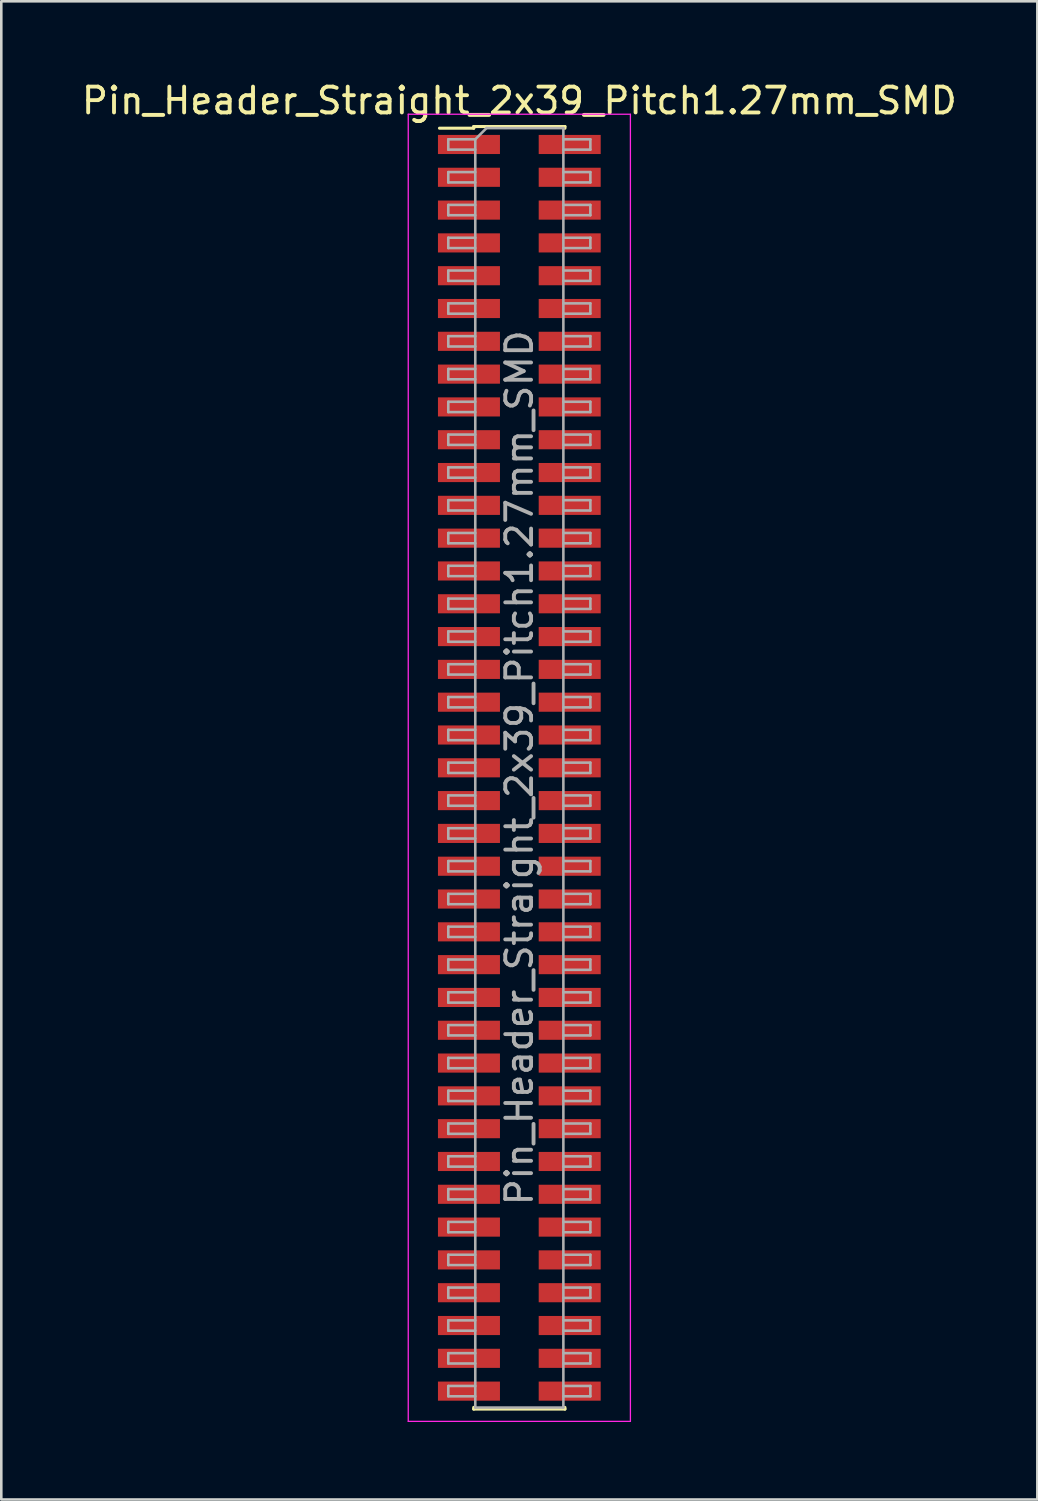
<source format=kicad_pcb>
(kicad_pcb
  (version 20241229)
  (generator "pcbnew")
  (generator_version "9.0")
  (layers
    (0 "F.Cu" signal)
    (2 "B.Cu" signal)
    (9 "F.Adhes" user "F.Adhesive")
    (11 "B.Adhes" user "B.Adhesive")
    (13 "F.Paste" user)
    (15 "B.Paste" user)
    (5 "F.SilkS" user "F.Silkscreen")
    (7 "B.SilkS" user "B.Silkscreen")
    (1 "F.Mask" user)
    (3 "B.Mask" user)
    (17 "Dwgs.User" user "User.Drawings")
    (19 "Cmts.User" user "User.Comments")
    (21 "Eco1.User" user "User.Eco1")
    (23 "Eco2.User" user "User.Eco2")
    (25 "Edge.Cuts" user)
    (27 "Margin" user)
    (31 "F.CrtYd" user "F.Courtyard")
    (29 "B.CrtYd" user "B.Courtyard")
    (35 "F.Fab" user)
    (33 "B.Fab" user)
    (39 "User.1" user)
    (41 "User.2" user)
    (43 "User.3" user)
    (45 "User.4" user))
  (footprint "Pin_Header_Straight_2x39_Pitch1.27mm_SMD"
    (layer "F.Cu")
    (at 17.054 26.673)
    (property "Reference" "Pin_Header_Straight_2x39_Pitch1.27mm_SMD" (at 0 -25.825 0) (layer "F.SilkS") (effects (font (size 1 1) (thickness 0.15))))
    (attr smd)
    (fp_line (start -3.09 -24.76) (end -1.765 -24.76) (stroke (width 0.12) (type solid)) (layer "F.SilkS"))
    (fp_line (start -1.765 -24.825) (end -1.765 -24.76) (stroke (width 0.12) (type solid)) (layer "F.SilkS"))
    (fp_line (start -1.765 -24.825) (end 1.765 -24.825) (stroke (width 0.12) (type solid)) (layer "F.SilkS"))
    (fp_line (start -1.765 24.76) (end -1.765 24.825) (stroke (width 0.12) (type solid)) (layer "F.SilkS"))
    (fp_line (start -1.765 24.825) (end 1.765 24.825) (stroke (width 0.12) (type solid)) (layer "F.SilkS"))
    (fp_line (start 1.765 -24.825) (end 1.765 -24.76) (stroke (width 0.12) (type solid)) (layer "F.SilkS"))
    (fp_line (start 1.765 24.76) (end 1.765 24.825) (stroke (width 0.12) (type solid)) (layer "F.SilkS"))
    (fp_line (start -4.3 -25.3) (end -4.3 25.3) (stroke (width 0.05) (type solid)) (layer "F.CrtYd"))
    (fp_line (start -4.3 25.3) (end 4.3 25.3) (stroke (width 0.05) (type solid)) (layer "F.CrtYd"))
    (fp_line (start 4.3 -25.3) (end -4.3 -25.3) (stroke (width 0.05) (type solid)) (layer "F.CrtYd"))
    (fp_line (start 4.3 25.3) (end 4.3 -25.3) (stroke (width 0.05) (type solid)) (layer "F.CrtYd"))
    (fp_line (start -2.75 -24.33) (end -2.75 -23.93) (stroke (width 0.1) (type solid)) (layer "F.Fab"))
    (fp_line (start -2.75 -23.93) (end -1.705 -23.93) (stroke (width 0.1) (type solid)) (layer "F.Fab"))
    (fp_line (start -2.75 -23.06) (end -2.75 -22.66) (stroke (width 0.1) (type solid)) (layer "F.Fab"))
    (fp_line (start -2.75 -22.66) (end -1.705 -22.66) (stroke (width 0.1) (type solid)) (layer "F.Fab"))
    (fp_line (start -2.75 -21.79) (end -2.75 -21.39) (stroke (width 0.1) (type solid)) (layer "F.Fab"))
    (fp_line (start -2.75 -21.39) (end -1.705 -21.39) (stroke (width 0.1) (type solid)) (layer "F.Fab"))
    (fp_line (start -2.75 -20.52) (end -2.75 -20.12) (stroke (width 0.1) (type solid)) (layer "F.Fab"))
    (fp_line (start -2.75 -20.12) (end -1.705 -20.12) (stroke (width 0.1) (type solid)) (layer "F.Fab"))
    (fp_line (start -2.75 -19.25) (end -2.75 -18.85) (stroke (width 0.1) (type solid)) (layer "F.Fab"))
    (fp_line (start -2.75 -18.85) (end -1.705 -18.85) (stroke (width 0.1) (type solid)) (layer "F.Fab"))
    (fp_line (start -2.75 -17.98) (end -2.75 -17.58) (stroke (width 0.1) (type solid)) (layer "F.Fab"))
    (fp_line (start -2.75 -17.58) (end -1.705 -17.58) (stroke (width 0.1) (type solid)) (layer "F.Fab"))
    (fp_line (start -2.75 -16.71) (end -2.75 -16.31) (stroke (width 0.1) (type solid)) (layer "F.Fab"))
    (fp_line (start -2.75 -16.31) (end -1.705 -16.31) (stroke (width 0.1) (type solid)) (layer "F.Fab"))
    (fp_line (start -2.75 -15.44) (end -2.75 -15.04) (stroke (width 0.1) (type solid)) (layer "F.Fab"))
    (fp_line (start -2.75 -15.04) (end -1.705 -15.04) (stroke (width 0.1) (type solid)) (layer "F.Fab"))
    (fp_line (start -2.75 -14.17) (end -2.75 -13.77) (stroke (width 0.1) (type solid)) (layer "F.Fab"))
    (fp_line (start -2.75 -13.77) (end -1.705 -13.77) (stroke (width 0.1) (type solid)) (layer "F.Fab"))
    (fp_line (start -2.75 -12.9) (end -2.75 -12.5) (stroke (width 0.1) (type solid)) (layer "F.Fab"))
    (fp_line (start -2.75 -12.5) (end -1.705 -12.5) (stroke (width 0.1) (type solid)) (layer "F.Fab"))
    (fp_line (start -2.75 -11.63) (end -2.75 -11.23) (stroke (width 0.1) (type solid)) (layer "F.Fab"))
    (fp_line (start -2.75 -11.23) (end -1.705 -11.23) (stroke (width 0.1) (type solid)) (layer "F.Fab"))
    (fp_line (start -2.75 -10.36) (end -2.75 -9.96) (stroke (width 0.1) (type solid)) (layer "F.Fab"))
    (fp_line (start -2.75 -9.96) (end -1.705 -9.96) (stroke (width 0.1) (type solid)) (layer "F.Fab"))
    (fp_line (start -2.75 -9.09) (end -2.75 -8.69) (stroke (width 0.1) (type solid)) (layer "F.Fab"))
    (fp_line (start -2.75 -8.69) (end -1.705 -8.69) (stroke (width 0.1) (type solid)) (layer "F.Fab"))
    (fp_line (start -2.75 -7.82) (end -2.75 -7.42) (stroke (width 0.1) (type solid)) (layer "F.Fab"))
    (fp_line (start -2.75 -7.42) (end -1.705 -7.42) (stroke (width 0.1) (type solid)) (layer "F.Fab"))
    (fp_line (start -2.75 -6.55) (end -2.75 -6.15) (stroke (width 0.1) (type solid)) (layer "F.Fab"))
    (fp_line (start -2.75 -6.15) (end -1.705 -6.15) (stroke (width 0.1) (type solid)) (layer "F.Fab"))
    (fp_line (start -2.75 -5.28) (end -2.75 -4.88) (stroke (width 0.1) (type solid)) (layer "F.Fab"))
    (fp_line (start -2.75 -4.88) (end -1.705 -4.88) (stroke (width 0.1) (type solid)) (layer "F.Fab"))
    (fp_line (start -2.75 -4.01) (end -2.75 -3.61) (stroke (width 0.1) (type solid)) (layer "F.Fab"))
    (fp_line (start -2.75 -3.61) (end -1.705 -3.61) (stroke (width 0.1) (type solid)) (layer "F.Fab"))
    (fp_line (start -2.75 -2.74) (end -2.75 -2.34) (stroke (width 0.1) (type solid)) (layer "F.Fab"))
    (fp_line (start -2.75 -2.34) (end -1.705 -2.34) (stroke (width 0.1) (type solid)) (layer "F.Fab"))
    (fp_line (start -2.75 -1.47) (end -2.75 -1.07) (stroke (width 0.1) (type solid)) (layer "F.Fab"))
    (fp_line (start -2.75 -1.07) (end -1.705 -1.07) (stroke (width 0.1) (type solid)) (layer "F.Fab"))
    (fp_line (start -2.75 -0.2) (end -2.75 0.2) (stroke (width 0.1) (type solid)) (layer "F.Fab"))
    (fp_line (start -2.75 0.2) (end -1.705 0.2) (stroke (width 0.1) (type solid)) (layer "F.Fab"))
    (fp_line (start -2.75 1.07) (end -2.75 1.47) (stroke (width 0.1) (type solid)) (layer "F.Fab"))
    (fp_line (start -2.75 1.47) (end -1.705 1.47) (stroke (width 0.1) (type solid)) (layer "F.Fab"))
    (fp_line (start -2.75 2.34) (end -2.75 2.74) (stroke (width 0.1) (type solid)) (layer "F.Fab"))
    (fp_line (start -2.75 2.74) (end -1.705 2.74) (stroke (width 0.1) (type solid)) (layer "F.Fab"))
    (fp_line (start -2.75 3.61) (end -2.75 4.01) (stroke (width 0.1) (type solid)) (layer "F.Fab"))
    (fp_line (start -2.75 4.01) (end -1.705 4.01) (stroke (width 0.1) (type solid)) (layer "F.Fab"))
    (fp_line (start -2.75 4.88) (end -2.75 5.28) (stroke (width 0.1) (type solid)) (layer "F.Fab"))
    (fp_line (start -2.75 5.28) (end -1.705 5.28) (stroke (width 0.1) (type solid)) (layer "F.Fab"))
    (fp_line (start -2.75 6.15) (end -2.75 6.55) (stroke (width 0.1) (type solid)) (layer "F.Fab"))
    (fp_line (start -2.75 6.55) (end -1.705 6.55) (stroke (width 0.1) (type solid)) (layer "F.Fab"))
    (fp_line (start -2.75 7.42) (end -2.75 7.82) (stroke (width 0.1) (type solid)) (layer "F.Fab"))
    (fp_line (start -2.75 7.82) (end -1.705 7.82) (stroke (width 0.1) (type solid)) (layer "F.Fab"))
    (fp_line (start -2.75 8.69) (end -2.75 9.09) (stroke (width 0.1) (type solid)) (layer "F.Fab"))
    (fp_line (start -2.75 9.09) (end -1.705 9.09) (stroke (width 0.1) (type solid)) (layer "F.Fab"))
    (fp_line (start -2.75 9.96) (end -2.75 10.36) (stroke (width 0.1) (type solid)) (layer "F.Fab"))
    (fp_line (start -2.75 10.36) (end -1.705 10.36) (stroke (width 0.1) (type solid)) (layer "F.Fab"))
    (fp_line (start -2.75 11.23) (end -2.75 11.63) (stroke (width 0.1) (type solid)) (layer "F.Fab"))
    (fp_line (start -2.75 11.63) (end -1.705 11.63) (stroke (width 0.1) (type solid)) (layer "F.Fab"))
    (fp_line (start -2.75 12.5) (end -2.75 12.9) (stroke (width 0.1) (type solid)) (layer "F.Fab"))
    (fp_line (start -2.75 12.9) (end -1.705 12.9) (stroke (width 0.1) (type solid)) (layer "F.Fab"))
    (fp_line (start -2.75 13.77) (end -2.75 14.17) (stroke (width 0.1) (type solid)) (layer "F.Fab"))
    (fp_line (start -2.75 14.17) (end -1.705 14.17) (stroke (width 0.1) (type solid)) (layer "F.Fab"))
    (fp_line (start -2.75 15.04) (end -2.75 15.44) (stroke (width 0.1) (type solid)) (layer "F.Fab"))
    (fp_line (start -2.75 15.44) (end -1.705 15.44) (stroke (width 0.1) (type solid)) (layer "F.Fab"))
    (fp_line (start -2.75 16.31) (end -2.75 16.71) (stroke (width 0.1) (type solid)) (layer "F.Fab"))
    (fp_line (start -2.75 16.71) (end -1.705 16.71) (stroke (width 0.1) (type solid)) (layer "F.Fab"))
    (fp_line (start -2.75 17.58) (end -2.75 17.98) (stroke (width 0.1) (type solid)) (layer "F.Fab"))
    (fp_line (start -2.75 17.98) (end -1.705 17.98) (stroke (width 0.1) (type solid)) (layer "F.Fab"))
    (fp_line (start -2.75 18.85) (end -2.75 19.25) (stroke (width 0.1) (type solid)) (layer "F.Fab"))
    (fp_line (start -2.75 19.25) (end -1.705 19.25) (stroke (width 0.1) (type solid)) (layer "F.Fab"))
    (fp_line (start -2.75 20.12) (end -2.75 20.52) (stroke (width 0.1) (type solid)) (layer "F.Fab"))
    (fp_line (start -2.75 20.52) (end -1.705 20.52) (stroke (width 0.1) (type solid)) (layer "F.Fab"))
    (fp_line (start -2.75 21.39) (end -2.75 21.79) (stroke (width 0.1) (type solid)) (layer "F.Fab"))
    (fp_line (start -2.75 21.79) (end -1.705 21.79) (stroke (width 0.1) (type solid)) (layer "F.Fab"))
    (fp_line (start -2.75 22.66) (end -2.75 23.06) (stroke (width 0.1) (type solid)) (layer "F.Fab"))
    (fp_line (start -2.75 23.06) (end -1.705 23.06) (stroke (width 0.1) (type solid)) (layer "F.Fab"))
    (fp_line (start -2.75 23.93) (end -2.75 24.33) (stroke (width 0.1) (type solid)) (layer "F.Fab"))
    (fp_line (start -2.75 24.33) (end -1.705 24.33) (stroke (width 0.1) (type solid)) (layer "F.Fab"))
    (fp_line (start -1.705 -24.33) (end -2.75 -24.33) (stroke (width 0.1) (type solid)) (layer "F.Fab"))
    (fp_line (start -1.705 -24.33) (end -1.27 -24.765) (stroke (width 0.1) (type solid)) (layer "F.Fab"))
    (fp_line (start -1.705 -23.06) (end -2.75 -23.06) (stroke (width 0.1) (type solid)) (layer "F.Fab"))
    (fp_line (start -1.705 -21.79) (end -2.75 -21.79) (stroke (width 0.1) (type solid)) (layer "F.Fab"))
    (fp_line (start -1.705 -20.52) (end -2.75 -20.52) (stroke (width 0.1) (type solid)) (layer "F.Fab"))
    (fp_line (start -1.705 -19.25) (end -2.75 -19.25) (stroke (width 0.1) (type solid)) (layer "F.Fab"))
    (fp_line (start -1.705 -17.98) (end -2.75 -17.98) (stroke (width 0.1) (type solid)) (layer "F.Fab"))
    (fp_line (start -1.705 -16.71) (end -2.75 -16.71) (stroke (width 0.1) (type solid)) (layer "F.Fab"))
    (fp_line (start -1.705 -15.44) (end -2.75 -15.44) (stroke (width 0.1) (type solid)) (layer "F.Fab"))
    (fp_line (start -1.705 -14.17) (end -2.75 -14.17) (stroke (width 0.1) (type solid)) (layer "F.Fab"))
    (fp_line (start -1.705 -12.9) (end -2.75 -12.9) (stroke (width 0.1) (type solid)) (layer "F.Fab"))
    (fp_line (start -1.705 -11.63) (end -2.75 -11.63) (stroke (width 0.1) (type solid)) (layer "F.Fab"))
    (fp_line (start -1.705 -10.36) (end -2.75 -10.36) (stroke (width 0.1) (type solid)) (layer "F.Fab"))
    (fp_line (start -1.705 -9.09) (end -2.75 -9.09) (stroke (width 0.1) (type solid)) (layer "F.Fab"))
    (fp_line (start -1.705 -7.82) (end -2.75 -7.82) (stroke (width 0.1) (type solid)) (layer "F.Fab"))
    (fp_line (start -1.705 -6.55) (end -2.75 -6.55) (stroke (width 0.1) (type solid)) (layer "F.Fab"))
    (fp_line (start -1.705 -5.28) (end -2.75 -5.28) (stroke (width 0.1) (type solid)) (layer "F.Fab"))
    (fp_line (start -1.705 -4.01) (end -2.75 -4.01) (stroke (width 0.1) (type solid)) (layer "F.Fab"))
    (fp_line (start -1.705 -2.74) (end -2.75 -2.74) (stroke (width 0.1) (type solid)) (layer "F.Fab"))
    (fp_line (start -1.705 -1.47) (end -2.75 -1.47) (stroke (width 0.1) (type solid)) (layer "F.Fab"))
    (fp_line (start -1.705 -0.2) (end -2.75 -0.2) (stroke (width 0.1) (type solid)) (layer "F.Fab"))
    (fp_line (start -1.705 1.07) (end -2.75 1.07) (stroke (width 0.1) (type solid)) (layer "F.Fab"))
    (fp_line (start -1.705 2.34) (end -2.75 2.34) (stroke (width 0.1) (type solid)) (layer "F.Fab"))
    (fp_line (start -1.705 3.61) (end -2.75 3.61) (stroke (width 0.1) (type solid)) (layer "F.Fab"))
    (fp_line (start -1.705 4.88) (end -2.75 4.88) (stroke (width 0.1) (type solid)) (layer "F.Fab"))
    (fp_line (start -1.705 6.15) (end -2.75 6.15) (stroke (width 0.1) (type solid)) (layer "F.Fab"))
    (fp_line (start -1.705 7.42) (end -2.75 7.42) (stroke (width 0.1) (type solid)) (layer "F.Fab"))
    (fp_line (start -1.705 8.69) (end -2.75 8.69) (stroke (width 0.1) (type solid)) (layer "F.Fab"))
    (fp_line (start -1.705 9.96) (end -2.75 9.96) (stroke (width 0.1) (type solid)) (layer "F.Fab"))
    (fp_line (start -1.705 11.23) (end -2.75 11.23) (stroke (width 0.1) (type solid)) (layer "F.Fab"))
    (fp_line (start -1.705 12.5) (end -2.75 12.5) (stroke (width 0.1) (type solid)) (layer "F.Fab"))
    (fp_line (start -1.705 13.77) (end -2.75 13.77) (stroke (width 0.1) (type solid)) (layer "F.Fab"))
    (fp_line (start -1.705 15.04) (end -2.75 15.04) (stroke (width 0.1) (type solid)) (layer "F.Fab"))
    (fp_line (start -1.705 16.31) (end -2.75 16.31) (stroke (width 0.1) (type solid)) (layer "F.Fab"))
    (fp_line (start -1.705 17.58) (end -2.75 17.58) (stroke (width 0.1) (type solid)) (layer "F.Fab"))
    (fp_line (start -1.705 18.85) (end -2.75 18.85) (stroke (width 0.1) (type solid)) (layer "F.Fab"))
    (fp_line (start -1.705 20.12) (end -2.75 20.12) (stroke (width 0.1) (type solid)) (layer "F.Fab"))
    (fp_line (start -1.705 21.39) (end -2.75 21.39) (stroke (width 0.1) (type solid)) (layer "F.Fab"))
    (fp_line (start -1.705 22.66) (end -2.75 22.66) (stroke (width 0.1) (type solid)) (layer "F.Fab"))
    (fp_line (start -1.705 23.93) (end -2.75 23.93) (stroke (width 0.1) (type solid)) (layer "F.Fab"))
    (fp_line (start -1.705 24.765) (end -1.705 -24.33) (stroke (width 0.1) (type solid)) (layer "F.Fab"))
    (fp_line (start -1.27 -24.765) (end 1.705 -24.765) (stroke (width 0.1) (type solid)) (layer "F.Fab"))
    (fp_line (start 1.705 -24.765) (end 1.705 24.765) (stroke (width 0.1) (type solid)) (layer "F.Fab"))
    (fp_line (start 1.705 -24.33) (end 2.75 -24.33) (stroke (width 0.1) (type solid)) (layer "F.Fab"))
    (fp_line (start 1.705 -23.06) (end 2.75 -23.06) (stroke (width 0.1) (type solid)) (layer "F.Fab"))
    (fp_line (start 1.705 -21.79) (end 2.75 -21.79) (stroke (width 0.1) (type solid)) (layer "F.Fab"))
    (fp_line (start 1.705 -20.52) (end 2.75 -20.52) (stroke (width 0.1) (type solid)) (layer "F.Fab"))
    (fp_line (start 1.705 -19.25) (end 2.75 -19.25) (stroke (width 0.1) (type solid)) (layer "F.Fab"))
    (fp_line (start 1.705 -17.98) (end 2.75 -17.98) (stroke (width 0.1) (type solid)) (layer "F.Fab"))
    (fp_line (start 1.705 -16.71) (end 2.75 -16.71) (stroke (width 0.1) (type solid)) (layer "F.Fab"))
    (fp_line (start 1.705 -15.44) (end 2.75 -15.44) (stroke (width 0.1) (type solid)) (layer "F.Fab"))
    (fp_line (start 1.705 -14.17) (end 2.75 -14.17) (stroke (width 0.1) (type solid)) (layer "F.Fab"))
    (fp_line (start 1.705 -12.9) (end 2.75 -12.9) (stroke (width 0.1) (type solid)) (layer "F.Fab"))
    (fp_line (start 1.705 -11.63) (end 2.75 -11.63) (stroke (width 0.1) (type solid)) (layer "F.Fab"))
    (fp_line (start 1.705 -10.36) (end 2.75 -10.36) (stroke (width 0.1) (type solid)) (layer "F.Fab"))
    (fp_line (start 1.705 -9.09) (end 2.75 -9.09) (stroke (width 0.1) (type solid)) (layer "F.Fab"))
    (fp_line (start 1.705 -7.82) (end 2.75 -7.82) (stroke (width 0.1) (type solid)) (layer "F.Fab"))
    (fp_line (start 1.705 -6.55) (end 2.75 -6.55) (stroke (width 0.1) (type solid)) (layer "F.Fab"))
    (fp_line (start 1.705 -5.28) (end 2.75 -5.28) (stroke (width 0.1) (type solid)) (layer "F.Fab"))
    (fp_line (start 1.705 -4.01) (end 2.75 -4.01) (stroke (width 0.1) (type solid)) (layer "F.Fab"))
    (fp_line (start 1.705 -2.74) (end 2.75 -2.74) (stroke (width 0.1) (type solid)) (layer "F.Fab"))
    (fp_line (start 1.705 -1.47) (end 2.75 -1.47) (stroke (width 0.1) (type solid)) (layer "F.Fab"))
    (fp_line (start 1.705 -0.2) (end 2.75 -0.2) (stroke (width 0.1) (type solid)) (layer "F.Fab"))
    (fp_line (start 1.705 1.07) (end 2.75 1.07) (stroke (width 0.1) (type solid)) (layer "F.Fab"))
    (fp_line (start 1.705 2.34) (end 2.75 2.34) (stroke (width 0.1) (type solid)) (layer "F.Fab"))
    (fp_line (start 1.705 3.61) (end 2.75 3.61) (stroke (width 0.1) (type solid)) (layer "F.Fab"))
    (fp_line (start 1.705 4.88) (end 2.75 4.88) (stroke (width 0.1) (type solid)) (layer "F.Fab"))
    (fp_line (start 1.705 6.15) (end 2.75 6.15) (stroke (width 0.1) (type solid)) (layer "F.Fab"))
    (fp_line (start 1.705 7.42) (end 2.75 7.42) (stroke (width 0.1) (type solid)) (layer "F.Fab"))
    (fp_line (start 1.705 8.69) (end 2.75 8.69) (stroke (width 0.1) (type solid)) (layer "F.Fab"))
    (fp_line (start 1.705 9.96) (end 2.75 9.96) (stroke (width 0.1) (type solid)) (layer "F.Fab"))
    (fp_line (start 1.705 11.23) (end 2.75 11.23) (stroke (width 0.1) (type solid)) (layer "F.Fab"))
    (fp_line (start 1.705 12.5) (end 2.75 12.5) (stroke (width 0.1) (type solid)) (layer "F.Fab"))
    (fp_line (start 1.705 13.77) (end 2.75 13.77) (stroke (width 0.1) (type solid)) (layer "F.Fab"))
    (fp_line (start 1.705 15.04) (end 2.75 15.04) (stroke (width 0.1) (type solid)) (layer "F.Fab"))
    (fp_line (start 1.705 16.31) (end 2.75 16.31) (stroke (width 0.1) (type solid)) (layer "F.Fab"))
    (fp_line (start 1.705 17.58) (end 2.75 17.58) (stroke (width 0.1) (type solid)) (layer "F.Fab"))
    (fp_line (start 1.705 18.85) (end 2.75 18.85) (stroke (width 0.1) (type solid)) (layer "F.Fab"))
    (fp_line (start 1.705 20.12) (end 2.75 20.12) (stroke (width 0.1) (type solid)) (layer "F.Fab"))
    (fp_line (start 1.705 21.39) (end 2.75 21.39) (stroke (width 0.1) (type solid)) (layer "F.Fab"))
    (fp_line (start 1.705 22.66) (end 2.75 22.66) (stroke (width 0.1) (type solid)) (layer "F.Fab"))
    (fp_line (start 1.705 23.93) (end 2.75 23.93) (stroke (width 0.1) (type solid)) (layer "F.Fab"))
    (fp_line (start 1.705 24.765) (end -1.705 24.765) (stroke (width 0.1) (type solid)) (layer "F.Fab"))
    (fp_line (start 2.75 -24.33) (end 2.75 -23.93) (stroke (width 0.1) (type solid)) (layer "F.Fab"))
    (fp_line (start 2.75 -23.93) (end 1.705 -23.93) (stroke (width 0.1) (type solid)) (layer "F.Fab"))
    (fp_line (start 2.75 -23.06) (end 2.75 -22.66) (stroke (width 0.1) (type solid)) (layer "F.Fab"))
    (fp_line (start 2.75 -22.66) (end 1.705 -22.66) (stroke (width 0.1) (type solid)) (layer "F.Fab"))
    (fp_line (start 2.75 -21.79) (end 2.75 -21.39) (stroke (width 0.1) (type solid)) (layer "F.Fab"))
    (fp_line (start 2.75 -21.39) (end 1.705 -21.39) (stroke (width 0.1) (type solid)) (layer "F.Fab"))
    (fp_line (start 2.75 -20.52) (end 2.75 -20.12) (stroke (width 0.1) (type solid)) (layer "F.Fab"))
    (fp_line (start 2.75 -20.12) (end 1.705 -20.12) (stroke (width 0.1) (type solid)) (layer "F.Fab"))
    (fp_line (start 2.75 -19.25) (end 2.75 -18.85) (stroke (width 0.1) (type solid)) (layer "F.Fab"))
    (fp_line (start 2.75 -18.85) (end 1.705 -18.85) (stroke (width 0.1) (type solid)) (layer "F.Fab"))
    (fp_line (start 2.75 -17.98) (end 2.75 -17.58) (stroke (width 0.1) (type solid)) (layer "F.Fab"))
    (fp_line (start 2.75 -17.58) (end 1.705 -17.58) (stroke (width 0.1) (type solid)) (layer "F.Fab"))
    (fp_line (start 2.75 -16.71) (end 2.75 -16.31) (stroke (width 0.1) (type solid)) (layer "F.Fab"))
    (fp_line (start 2.75 -16.31) (end 1.705 -16.31) (stroke (width 0.1) (type solid)) (layer "F.Fab"))
    (fp_line (start 2.75 -15.44) (end 2.75 -15.04) (stroke (width 0.1) (type solid)) (layer "F.Fab"))
    (fp_line (start 2.75 -15.04) (end 1.705 -15.04) (stroke (width 0.1) (type solid)) (layer "F.Fab"))
    (fp_line (start 2.75 -14.17) (end 2.75 -13.77) (stroke (width 0.1) (type solid)) (layer "F.Fab"))
    (fp_line (start 2.75 -13.77) (end 1.705 -13.77) (stroke (width 0.1) (type solid)) (layer "F.Fab"))
    (fp_line (start 2.75 -12.9) (end 2.75 -12.5) (stroke (width 0.1) (type solid)) (layer "F.Fab"))
    (fp_line (start 2.75 -12.5) (end 1.705 -12.5) (stroke (width 0.1) (type solid)) (layer "F.Fab"))
    (fp_line (start 2.75 -11.63) (end 2.75 -11.23) (stroke (width 0.1) (type solid)) (layer "F.Fab"))
    (fp_line (start 2.75 -11.23) (end 1.705 -11.23) (stroke (width 0.1) (type solid)) (layer "F.Fab"))
    (fp_line (start 2.75 -10.36) (end 2.75 -9.96) (stroke (width 0.1) (type solid)) (layer "F.Fab"))
    (fp_line (start 2.75 -9.96) (end 1.705 -9.96) (stroke (width 0.1) (type solid)) (layer "F.Fab"))
    (fp_line (start 2.75 -9.09) (end 2.75 -8.69) (stroke (width 0.1) (type solid)) (layer "F.Fab"))
    (fp_line (start 2.75 -8.69) (end 1.705 -8.69) (stroke (width 0.1) (type solid)) (layer "F.Fab"))
    (fp_line (start 2.75 -7.82) (end 2.75 -7.42) (stroke (width 0.1) (type solid)) (layer "F.Fab"))
    (fp_line (start 2.75 -7.42) (end 1.705 -7.42) (stroke (width 0.1) (type solid)) (layer "F.Fab"))
    (fp_line (start 2.75 -6.55) (end 2.75 -6.15) (stroke (width 0.1) (type solid)) (layer "F.Fab"))
    (fp_line (start 2.75 -6.15) (end 1.705 -6.15) (stroke (width 0.1) (type solid)) (layer "F.Fab"))
    (fp_line (start 2.75 -5.28) (end 2.75 -4.88) (stroke (width 0.1) (type solid)) (layer "F.Fab"))
    (fp_line (start 2.75 -4.88) (end 1.705 -4.88) (stroke (width 0.1) (type solid)) (layer "F.Fab"))
    (fp_line (start 2.75 -4.01) (end 2.75 -3.61) (stroke (width 0.1) (type solid)) (layer "F.Fab"))
    (fp_line (start 2.75 -3.61) (end 1.705 -3.61) (stroke (width 0.1) (type solid)) (layer "F.Fab"))
    (fp_line (start 2.75 -2.74) (end 2.75 -2.34) (stroke (width 0.1) (type solid)) (layer "F.Fab"))
    (fp_line (start 2.75 -2.34) (end 1.705 -2.34) (stroke (width 0.1) (type solid)) (layer "F.Fab"))
    (fp_line (start 2.75 -1.47) (end 2.75 -1.07) (stroke (width 0.1) (type solid)) (layer "F.Fab"))
    (fp_line (start 2.75 -1.07) (end 1.705 -1.07) (stroke (width 0.1) (type solid)) (layer "F.Fab"))
    (fp_line (start 2.75 -0.2) (end 2.75 0.2) (stroke (width 0.1) (type solid)) (layer "F.Fab"))
    (fp_line (start 2.75 0.2) (end 1.705 0.2) (stroke (width 0.1) (type solid)) (layer "F.Fab"))
    (fp_line (start 2.75 1.07) (end 2.75 1.47) (stroke (width 0.1) (type solid)) (layer "F.Fab"))
    (fp_line (start 2.75 1.47) (end 1.705 1.47) (stroke (width 0.1) (type solid)) (layer "F.Fab"))
    (fp_line (start 2.75 2.34) (end 2.75 2.74) (stroke (width 0.1) (type solid)) (layer "F.Fab"))
    (fp_line (start 2.75 2.74) (end 1.705 2.74) (stroke (width 0.1) (type solid)) (layer "F.Fab"))
    (fp_line (start 2.75 3.61) (end 2.75 4.01) (stroke (width 0.1) (type solid)) (layer "F.Fab"))
    (fp_line (start 2.75 4.01) (end 1.705 4.01) (stroke (width 0.1) (type solid)) (layer "F.Fab"))
    (fp_line (start 2.75 4.88) (end 2.75 5.28) (stroke (width 0.1) (type solid)) (layer "F.Fab"))
    (fp_line (start 2.75 5.28) (end 1.705 5.28) (stroke (width 0.1) (type solid)) (layer "F.Fab"))
    (fp_line (start 2.75 6.15) (end 2.75 6.55) (stroke (width 0.1) (type solid)) (layer "F.Fab"))
    (fp_line (start 2.75 6.55) (end 1.705 6.55) (stroke (width 0.1) (type solid)) (layer "F.Fab"))
    (fp_line (start 2.75 7.42) (end 2.75 7.82) (stroke (width 0.1) (type solid)) (layer "F.Fab"))
    (fp_line (start 2.75 7.82) (end 1.705 7.82) (stroke (width 0.1) (type solid)) (layer "F.Fab"))
    (fp_line (start 2.75 8.69) (end 2.75 9.09) (stroke (width 0.1) (type solid)) (layer "F.Fab"))
    (fp_line (start 2.75 9.09) (end 1.705 9.09) (stroke (width 0.1) (type solid)) (layer "F.Fab"))
    (fp_line (start 2.75 9.96) (end 2.75 10.36) (stroke (width 0.1) (type solid)) (layer "F.Fab"))
    (fp_line (start 2.75 10.36) (end 1.705 10.36) (stroke (width 0.1) (type solid)) (layer "F.Fab"))
    (fp_line (start 2.75 11.23) (end 2.75 11.63) (stroke (width 0.1) (type solid)) (layer "F.Fab"))
    (fp_line (start 2.75 11.63) (end 1.705 11.63) (stroke (width 0.1) (type solid)) (layer "F.Fab"))
    (fp_line (start 2.75 12.5) (end 2.75 12.9) (stroke (width 0.1) (type solid)) (layer "F.Fab"))
    (fp_line (start 2.75 12.9) (end 1.705 12.9) (stroke (width 0.1) (type solid)) (layer "F.Fab"))
    (fp_line (start 2.75 13.77) (end 2.75 14.17) (stroke (width 0.1) (type solid)) (layer "F.Fab"))
    (fp_line (start 2.75 14.17) (end 1.705 14.17) (stroke (width 0.1) (type solid)) (layer "F.Fab"))
    (fp_line (start 2.75 15.04) (end 2.75 15.44) (stroke (width 0.1) (type solid)) (layer "F.Fab"))
    (fp_line (start 2.75 15.44) (end 1.705 15.44) (stroke (width 0.1) (type solid)) (layer "F.Fab"))
    (fp_line (start 2.75 16.31) (end 2.75 16.71) (stroke (width 0.1) (type solid)) (layer "F.Fab"))
    (fp_line (start 2.75 16.71) (end 1.705 16.71) (stroke (width 0.1) (type solid)) (layer "F.Fab"))
    (fp_line (start 2.75 17.58) (end 2.75 17.98) (stroke (width 0.1) (type solid)) (layer "F.Fab"))
    (fp_line (start 2.75 17.98) (end 1.705 17.98) (stroke (width 0.1) (type solid)) (layer "F.Fab"))
    (fp_line (start 2.75 18.85) (end 2.75 19.25) (stroke (width 0.1) (type solid)) (layer "F.Fab"))
    (fp_line (start 2.75 19.25) (end 1.705 19.25) (stroke (width 0.1) (type solid)) (layer "F.Fab"))
    (fp_line (start 2.75 20.12) (end 2.75 20.52) (stroke (width 0.1) (type solid)) (layer "F.Fab"))
    (fp_line (start 2.75 20.52) (end 1.705 20.52) (stroke (width 0.1) (type solid)) (layer "F.Fab"))
    (fp_line (start 2.75 21.39) (end 2.75 21.79) (stroke (width 0.1) (type solid)) (layer "F.Fab"))
    (fp_line (start 2.75 21.79) (end 1.705 21.79) (stroke (width 0.1) (type solid)) (layer "F.Fab"))
    (fp_line (start 2.75 22.66) (end 2.75 23.06) (stroke (width 0.1) (type solid)) (layer "F.Fab"))
    (fp_line (start 2.75 23.06) (end 1.705 23.06) (stroke (width 0.1) (type solid)) (layer "F.Fab"))
    (fp_line (start 2.75 23.93) (end 2.75 24.33) (stroke (width 0.1) (type solid)) (layer "F.Fab"))
    (fp_line (start 2.75 24.33) (end 1.705 24.33) (stroke (width 0.1) (type solid)) (layer "F.Fab"))
    (fp_text user "${REFERENCE}" (at 0 0 90) (layer "F.Fab") (effects (font (size 1 1) (thickness 0.15))))
    (pad "1" smd rect (at -1.95 -24.13) (size 2.4 0.74) (layers "F.Cu" "F.Mask" "F.Paste"))
    (pad "2" smd rect (at 1.95 -24.13) (size 2.4 0.74) (layers "F.Cu" "F.Mask" "F.Paste"))
    (pad "3" smd rect (at -1.95 -22.86) (size 2.4 0.74) (layers "F.Cu" "F.Mask" "F.Paste"))
    (pad "4" smd rect (at 1.95 -22.86) (size 2.4 0.74) (layers "F.Cu" "F.Mask" "F.Paste"))
    (pad "5" smd rect (at -1.95 -21.59) (size 2.4 0.74) (layers "F.Cu" "F.Mask" "F.Paste"))
    (pad "6" smd rect (at 1.95 -21.59) (size 2.4 0.74) (layers "F.Cu" "F.Mask" "F.Paste"))
    (pad "7" smd rect (at -1.95 -20.32) (size 2.4 0.74) (layers "F.Cu" "F.Mask" "F.Paste"))
    (pad "8" smd rect (at 1.95 -20.32) (size 2.4 0.74) (layers "F.Cu" "F.Mask" "F.Paste"))
    (pad "9" smd rect (at -1.95 -19.05) (size 2.4 0.74) (layers "F.Cu" "F.Mask" "F.Paste"))
    (pad "10" smd rect (at 1.95 -19.05) (size 2.4 0.74) (layers "F.Cu" "F.Mask" "F.Paste"))
    (pad "11" smd rect (at -1.95 -17.78) (size 2.4 0.74) (layers "F.Cu" "F.Mask" "F.Paste"))
    (pad "12" smd rect (at 1.95 -17.78) (size 2.4 0.74) (layers "F.Cu" "F.Mask" "F.Paste"))
    (pad "13" smd rect (at -1.95 -16.51) (size 2.4 0.74) (layers "F.Cu" "F.Mask" "F.Paste"))
    (pad "14" smd rect (at 1.95 -16.51) (size 2.4 0.74) (layers "F.Cu" "F.Mask" "F.Paste"))
    (pad "15" smd rect (at -1.95 -15.24) (size 2.4 0.74) (layers "F.Cu" "F.Mask" "F.Paste"))
    (pad "16" smd rect (at 1.95 -15.24) (size 2.4 0.74) (layers "F.Cu" "F.Mask" "F.Paste"))
    (pad "17" smd rect (at -1.95 -13.97) (size 2.4 0.74) (layers "F.Cu" "F.Mask" "F.Paste"))
    (pad "18" smd rect (at 1.95 -13.97) (size 2.4 0.74) (layers "F.Cu" "F.Mask" "F.Paste"))
    (pad "19" smd rect (at -1.95 -12.7) (size 2.4 0.74) (layers "F.Cu" "F.Mask" "F.Paste"))
    (pad "20" smd rect (at 1.95 -12.7) (size 2.4 0.74) (layers "F.Cu" "F.Mask" "F.Paste"))
    (pad "21" smd rect (at -1.95 -11.43) (size 2.4 0.74) (layers "F.Cu" "F.Mask" "F.Paste"))
    (pad "22" smd rect (at 1.95 -11.43) (size 2.4 0.74) (layers "F.Cu" "F.Mask" "F.Paste"))
    (pad "23" smd rect (at -1.95 -10.16) (size 2.4 0.74) (layers "F.Cu" "F.Mask" "F.Paste"))
    (pad "24" smd rect (at 1.95 -10.16) (size 2.4 0.74) (layers "F.Cu" "F.Mask" "F.Paste"))
    (pad "25" smd rect (at -1.95 -8.89) (size 2.4 0.74) (layers "F.Cu" "F.Mask" "F.Paste"))
    (pad "26" smd rect (at 1.95 -8.89) (size 2.4 0.74) (layers "F.Cu" "F.Mask" "F.Paste"))
    (pad "27" smd rect (at -1.95 -7.62) (size 2.4 0.74) (layers "F.Cu" "F.Mask" "F.Paste"))
    (pad "28" smd rect (at 1.95 -7.62) (size 2.4 0.74) (layers "F.Cu" "F.Mask" "F.Paste"))
    (pad "29" smd rect (at -1.95 -6.35) (size 2.4 0.74) (layers "F.Cu" "F.Mask" "F.Paste"))
    (pad "30" smd rect (at 1.95 -6.35) (size 2.4 0.74) (layers "F.Cu" "F.Mask" "F.Paste"))
    (pad "31" smd rect (at -1.95 -5.08) (size 2.4 0.74) (layers "F.Cu" "F.Mask" "F.Paste"))
    (pad "32" smd rect (at 1.95 -5.08) (size 2.4 0.74) (layers "F.Cu" "F.Mask" "F.Paste"))
    (pad "33" smd rect (at -1.95 -3.81) (size 2.4 0.74) (layers "F.Cu" "F.Mask" "F.Paste"))
    (pad "34" smd rect (at 1.95 -3.81) (size 2.4 0.74) (layers "F.Cu" "F.Mask" "F.Paste"))
    (pad "35" smd rect (at -1.95 -2.54) (size 2.4 0.74) (layers "F.Cu" "F.Mask" "F.Paste"))
    (pad "36" smd rect (at 1.95 -2.54) (size 2.4 0.74) (layers "F.Cu" "F.Mask" "F.Paste"))
    (pad "37" smd rect (at -1.95 -1.27) (size 2.4 0.74) (layers "F.Cu" "F.Mask" "F.Paste"))
    (pad "38" smd rect (at 1.95 -1.27) (size 2.4 0.74) (layers "F.Cu" "F.Mask" "F.Paste"))
    (pad "39" smd rect (at -1.95 0) (size 2.4 0.74) (layers "F.Cu" "F.Mask" "F.Paste"))
    (pad "40" smd rect (at 1.95 0) (size 2.4 0.74) (layers "F.Cu" "F.Mask" "F.Paste"))
    (pad "41" smd rect (at -1.95 1.27) (size 2.4 0.74) (layers "F.Cu" "F.Mask" "F.Paste"))
    (pad "42" smd rect (at 1.95 1.27) (size 2.4 0.74) (layers "F.Cu" "F.Mask" "F.Paste"))
    (pad "43" smd rect (at -1.95 2.54) (size 2.4 0.74) (layers "F.Cu" "F.Mask" "F.Paste"))
    (pad "44" smd rect (at 1.95 2.54) (size 2.4 0.74) (layers "F.Cu" "F.Mask" "F.Paste"))
    (pad "45" smd rect (at -1.95 3.81) (size 2.4 0.74) (layers "F.Cu" "F.Mask" "F.Paste"))
    (pad "46" smd rect (at 1.95 3.81) (size 2.4 0.74) (layers "F.Cu" "F.Mask" "F.Paste"))
    (pad "47" smd rect (at -1.95 5.08) (size 2.4 0.74) (layers "F.Cu" "F.Mask" "F.Paste"))
    (pad "48" smd rect (at 1.95 5.08) (size 2.4 0.74) (layers "F.Cu" "F.Mask" "F.Paste"))
    (pad "49" smd rect (at -1.95 6.35) (size 2.4 0.74) (layers "F.Cu" "F.Mask" "F.Paste"))
    (pad "50" smd rect (at 1.95 6.35) (size 2.4 0.74) (layers "F.Cu" "F.Mask" "F.Paste"))
    (pad "51" smd rect (at -1.95 7.62) (size 2.4 0.74) (layers "F.Cu" "F.Mask" "F.Paste"))
    (pad "52" smd rect (at 1.95 7.62) (size 2.4 0.74) (layers "F.Cu" "F.Mask" "F.Paste"))
    (pad "53" smd rect (at -1.95 8.89) (size 2.4 0.74) (layers "F.Cu" "F.Mask" "F.Paste"))
    (pad "54" smd rect (at 1.95 8.89) (size 2.4 0.74) (layers "F.Cu" "F.Mask" "F.Paste"))
    (pad "55" smd rect (at -1.95 10.16) (size 2.4 0.74) (layers "F.Cu" "F.Mask" "F.Paste"))
    (pad "56" smd rect (at 1.95 10.16) (size 2.4 0.74) (layers "F.Cu" "F.Mask" "F.Paste"))
    (pad "57" smd rect (at -1.95 11.43) (size 2.4 0.74) (layers "F.Cu" "F.Mask" "F.Paste"))
    (pad "58" smd rect (at 1.95 11.43) (size 2.4 0.74) (layers "F.Cu" "F.Mask" "F.Paste"))
    (pad "59" smd rect (at -1.95 12.7) (size 2.4 0.74) (layers "F.Cu" "F.Mask" "F.Paste"))
    (pad "60" smd rect (at 1.95 12.7) (size 2.4 0.74) (layers "F.Cu" "F.Mask" "F.Paste"))
    (pad "61" smd rect (at -1.95 13.97) (size 2.4 0.74) (layers "F.Cu" "F.Mask" "F.Paste"))
    (pad "62" smd rect (at 1.95 13.97) (size 2.4 0.74) (layers "F.Cu" "F.Mask" "F.Paste"))
    (pad "63" smd rect (at -1.95 15.24) (size 2.4 0.74) (layers "F.Cu" "F.Mask" "F.Paste"))
    (pad "64" smd rect (at 1.95 15.24) (size 2.4 0.74) (layers "F.Cu" "F.Mask" "F.Paste"))
    (pad "65" smd rect (at -1.95 16.51) (size 2.4 0.74) (layers "F.Cu" "F.Mask" "F.Paste"))
    (pad "66" smd rect (at 1.95 16.51) (size 2.4 0.74) (layers "F.Cu" "F.Mask" "F.Paste"))
    (pad "67" smd rect (at -1.95 17.78) (size 2.4 0.74) (layers "F.Cu" "F.Mask" "F.Paste"))
    (pad "68" smd rect (at 1.95 17.78) (size 2.4 0.74) (layers "F.Cu" "F.Mask" "F.Paste"))
    (pad "69" smd rect (at -1.95 19.05) (size 2.4 0.74) (layers "F.Cu" "F.Mask" "F.Paste"))
    (pad "70" smd rect (at 1.95 19.05) (size 2.4 0.74) (layers "F.Cu" "F.Mask" "F.Paste"))
    (pad "71" smd rect (at -1.95 20.32) (size 2.4 0.74) (layers "F.Cu" "F.Mask" "F.Paste"))
    (pad "72" smd rect (at 1.95 20.32) (size 2.4 0.74) (layers "F.Cu" "F.Mask" "F.Paste"))
    (pad "73" smd rect (at -1.95 21.59) (size 2.4 0.74) (layers "F.Cu" "F.Mask" "F.Paste"))
    (pad "74" smd rect (at 1.95 21.59) (size 2.4 0.74) (layers "F.Cu" "F.Mask" "F.Paste"))
    (pad "75" smd rect (at -1.95 22.86) (size 2.4 0.74) (layers "F.Cu" "F.Mask" "F.Paste"))
    (pad "76" smd rect (at 1.95 22.86) (size 2.4 0.74) (layers "F.Cu" "F.Mask" "F.Paste"))
    (pad "77" smd rect (at -1.95 24.13) (size 2.4 0.74) (layers "F.Cu" "F.Mask" "F.Paste"))
    (pad "78" smd rect (at 1.95 24.13) (size 2.4 0.74) (layers "F.Cu" "F.Mask" "F.Paste")))
  (gr_rect
    (start -3 -3)
    (end 37.107 54.998)
    (stroke (width 0.1) (type default))
    (fill no)
    (layer "Edge.Cuts")))
</source>
